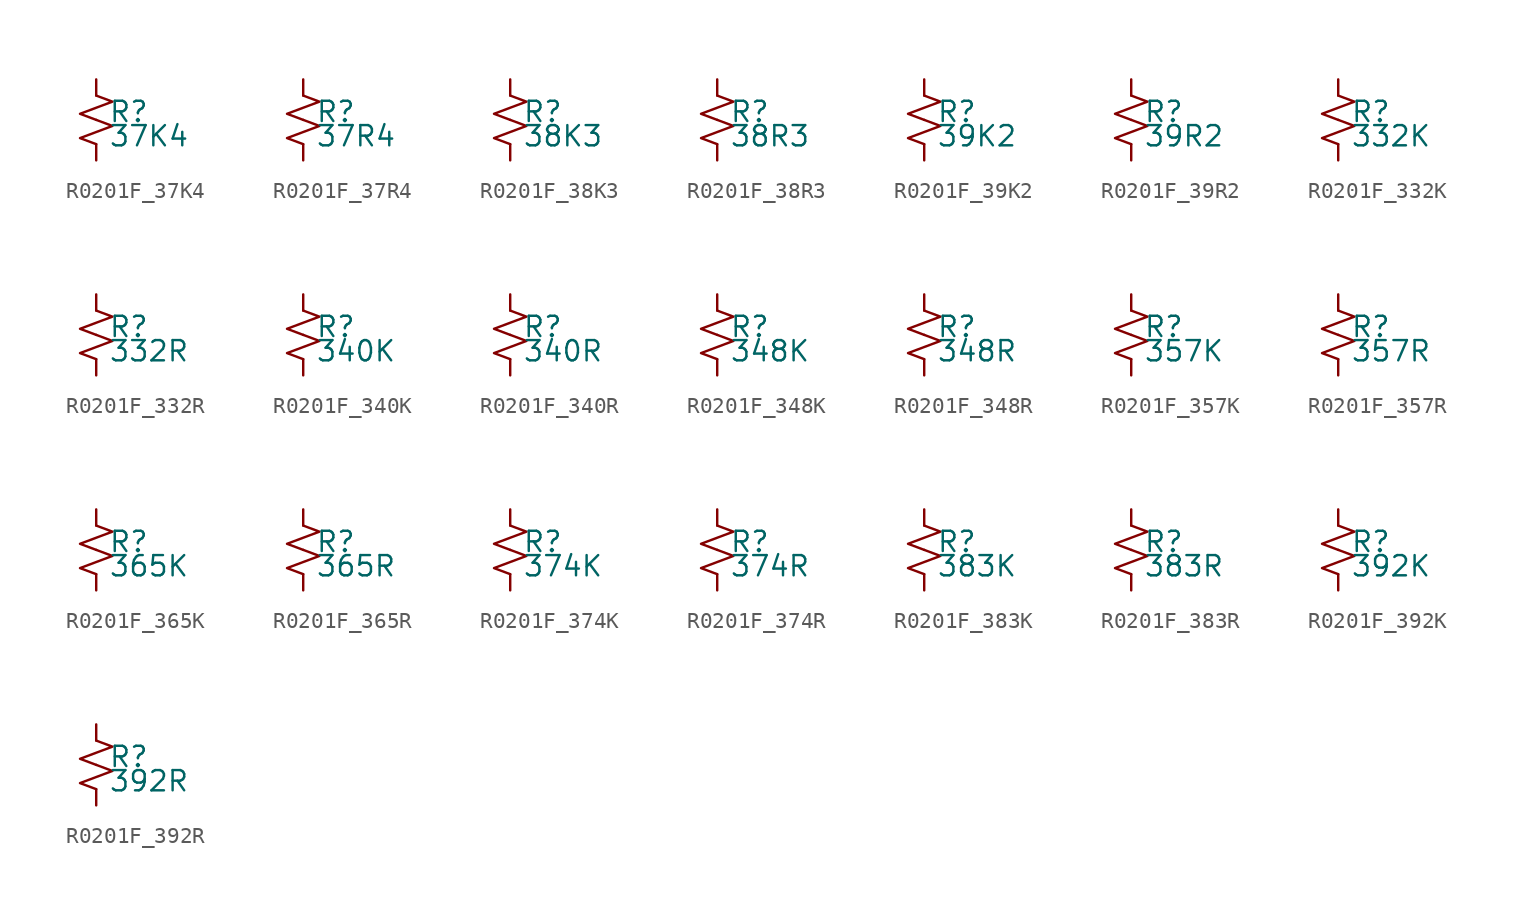
<source format=kicad_sym>
(kicad_symbol_lib
  (version 20220914)
  (generator kicad_symbol_editor)
  (symbol "R0201F_37K4"
    (pin_numbers hide)
    (pin_names
      (offset 0.254) hide)
    (property "Reference" "R"
      (at 0.762 0.508 0)
      (effects (font (size 1.27 1.27)) (justify left)))
    (property "Value" "37K4"
      (at 0.762 -1.016 0)
      (effects (font (size 1.27 1.27)) (justify left)))
    (symbol "R0201F_37K4_1_1"
      (polyline (pts (xy 0 0) (xy 1.016 -0.381) (xy 0 -0.762) (xy -1.016 -1.143) (xy 0 -1.524)) (stroke (width 0) (type default)) (fill (type none)))
      (polyline (pts (xy 0 1.524) (xy 1.016 1.143) (xy 0 0.762) (xy -1.016 0.381) (xy 0 0)) (stroke (width 0) (type default)) (fill (type none)))
      (pin passive line (at 0 2.54 270) (length 1.016) (name "~" (effects (font (size 1.27 1.27)))) (number "1" (effects (font (size 1.27 1.27)))))
      (pin passive line (at 0 -2.54 90) (length 1.016) (name "~" (effects (font (size 1.27 1.27)))) (number "2" (effects (font (size 1.27 1.27)))))))
  (symbol "R0201F_37R4"
    (pin_numbers hide)
    (pin_names
      (offset 0.254) hide)
    (property "Reference" "R"
      (at 0.762 0.508 0)
      (effects (font (size 1.27 1.27)) (justify left)))
    (property "Value" "37R4"
      (at 0.762 -1.016 0)
      (effects (font (size 1.27 1.27)) (justify left)))
    (symbol "R0201F_37R4_1_1"
      (polyline (pts (xy 0 0) (xy 1.016 -0.381) (xy 0 -0.762) (xy -1.016 -1.143) (xy 0 -1.524)) (stroke (width 0) (type default)) (fill (type none)))
      (polyline (pts (xy 0 1.524) (xy 1.016 1.143) (xy 0 0.762) (xy -1.016 0.381) (xy 0 0)) (stroke (width 0) (type default)) (fill (type none)))
      (pin passive line (at 0 2.54 270) (length 1.016) (name "~" (effects (font (size 1.27 1.27)))) (number "1" (effects (font (size 1.27 1.27)))))
      (pin passive line (at 0 -2.54 90) (length 1.016) (name "~" (effects (font (size 1.27 1.27)))) (number "2" (effects (font (size 1.27 1.27)))))))
  (symbol "R0201F_38K3"
    (pin_numbers hide)
    (pin_names
      (offset 0.254) hide)
    (property "Reference" "R"
      (at 0.762 0.508 0)
      (effects (font (size 1.27 1.27)) (justify left)))
    (property "Value" "38K3"
      (at 0.762 -1.016 0)
      (effects (font (size 1.27 1.27)) (justify left)))
    (symbol "R0201F_38K3_1_1"
      (polyline (pts (xy 0 0) (xy 1.016 -0.381) (xy 0 -0.762) (xy -1.016 -1.143) (xy 0 -1.524)) (stroke (width 0) (type default)) (fill (type none)))
      (polyline (pts (xy 0 1.524) (xy 1.016 1.143) (xy 0 0.762) (xy -1.016 0.381) (xy 0 0)) (stroke (width 0) (type default)) (fill (type none)))
      (pin passive line (at 0 2.54 270) (length 1.016) (name "~" (effects (font (size 1.27 1.27)))) (number "1" (effects (font (size 1.27 1.27)))))
      (pin passive line (at 0 -2.54 90) (length 1.016) (name "~" (effects (font (size 1.27 1.27)))) (number "2" (effects (font (size 1.27 1.27)))))))
  (symbol "R0201F_38R3"
    (pin_numbers hide)
    (pin_names
      (offset 0.254) hide)
    (property "Reference" "R"
      (at 0.762 0.508 0)
      (effects (font (size 1.27 1.27)) (justify left)))
    (property "Value" "38R3"
      (at 0.762 -1.016 0)
      (effects (font (size 1.27 1.27)) (justify left)))
    (symbol "R0201F_38R3_1_1"
      (polyline (pts (xy 0 0) (xy 1.016 -0.381) (xy 0 -0.762) (xy -1.016 -1.143) (xy 0 -1.524)) (stroke (width 0) (type default)) (fill (type none)))
      (polyline (pts (xy 0 1.524) (xy 1.016 1.143) (xy 0 0.762) (xy -1.016 0.381) (xy 0 0)) (stroke (width 0) (type default)) (fill (type none)))
      (pin passive line (at 0 2.54 270) (length 1.016) (name "~" (effects (font (size 1.27 1.27)))) (number "1" (effects (font (size 1.27 1.27)))))
      (pin passive line (at 0 -2.54 90) (length 1.016) (name "~" (effects (font (size 1.27 1.27)))) (number "2" (effects (font (size 1.27 1.27)))))))
  (symbol "R0201F_39K2"
    (pin_numbers hide)
    (pin_names
      (offset 0.254) hide)
    (property "Reference" "R"
      (at 0.762 0.508 0)
      (effects (font (size 1.27 1.27)) (justify left)))
    (property "Value" "39K2"
      (at 0.762 -1.016 0)
      (effects (font (size 1.27 1.27)) (justify left)))
    (symbol "R0201F_39K2_1_1"
      (polyline (pts (xy 0 0) (xy 1.016 -0.381) (xy 0 -0.762) (xy -1.016 -1.143) (xy 0 -1.524)) (stroke (width 0) (type default)) (fill (type none)))
      (polyline (pts (xy 0 1.524) (xy 1.016 1.143) (xy 0 0.762) (xy -1.016 0.381) (xy 0 0)) (stroke (width 0) (type default)) (fill (type none)))
      (pin passive line (at 0 2.54 270) (length 1.016) (name "~" (effects (font (size 1.27 1.27)))) (number "1" (effects (font (size 1.27 1.27)))))
      (pin passive line (at 0 -2.54 90) (length 1.016) (name "~" (effects (font (size 1.27 1.27)))) (number "2" (effects (font (size 1.27 1.27)))))))
  (symbol "R0201F_39R2"
    (pin_numbers hide)
    (pin_names
      (offset 0.254) hide)
    (property "Reference" "R"
      (at 0.762 0.508 0)
      (effects (font (size 1.27 1.27)) (justify left)))
    (property "Value" "39R2"
      (at 0.762 -1.016 0)
      (effects (font (size 1.27 1.27)) (justify left)))
    (symbol "R0201F_39R2_1_1"
      (polyline (pts (xy 0 0) (xy 1.016 -0.381) (xy 0 -0.762) (xy -1.016 -1.143) (xy 0 -1.524)) (stroke (width 0) (type default)) (fill (type none)))
      (polyline (pts (xy 0 1.524) (xy 1.016 1.143) (xy 0 0.762) (xy -1.016 0.381) (xy 0 0)) (stroke (width 0) (type default)) (fill (type none)))
      (pin passive line (at 0 2.54 270) (length 1.016) (name "~" (effects (font (size 1.27 1.27)))) (number "1" (effects (font (size 1.27 1.27)))))
      (pin passive line (at 0 -2.54 90) (length 1.016) (name "~" (effects (font (size 1.27 1.27)))) (number "2" (effects (font (size 1.27 1.27)))))))
  (symbol "R0201F_332K"
    (pin_numbers hide)
    (pin_names
      (offset 0.254) hide)
    (property "Reference" "R"
      (at 0.762 0.508 0)
      (effects (font (size 1.27 1.27)) (justify left)))
    (property "Value" "332K"
      (at 0.762 -1.016 0)
      (effects (font (size 1.27 1.27)) (justify left)))
    (symbol "R0201F_332K_1_1"
      (polyline (pts (xy 0 0) (xy 1.016 -0.381) (xy 0 -0.762) (xy -1.016 -1.143) (xy 0 -1.524)) (stroke (width 0) (type default)) (fill (type none)))
      (polyline (pts (xy 0 1.524) (xy 1.016 1.143) (xy 0 0.762) (xy -1.016 0.381) (xy 0 0)) (stroke (width 0) (type default)) (fill (type none)))
      (pin passive line (at 0 2.54 270) (length 1.016) (name "~" (effects (font (size 1.27 1.27)))) (number "1" (effects (font (size 1.27 1.27)))))
      (pin passive line (at 0 -2.54 90) (length 1.016) (name "~" (effects (font (size 1.27 1.27)))) (number "2" (effects (font (size 1.27 1.27)))))))
  (symbol "R0201F_332R"
    (pin_numbers hide)
    (pin_names
      (offset 0.254) hide)
    (property "Reference" "R"
      (at 0.762 0.508 0)
      (effects (font (size 1.27 1.27)) (justify left)))
    (property "Value" "332R"
      (at 0.762 -1.016 0)
      (effects (font (size 1.27 1.27)) (justify left)))
    (symbol "R0201F_332R_1_1"
      (polyline (pts (xy 0 0) (xy 1.016 -0.381) (xy 0 -0.762) (xy -1.016 -1.143) (xy 0 -1.524)) (stroke (width 0) (type default)) (fill (type none)))
      (polyline (pts (xy 0 1.524) (xy 1.016 1.143) (xy 0 0.762) (xy -1.016 0.381) (xy 0 0)) (stroke (width 0) (type default)) (fill (type none)))
      (pin passive line (at 0 2.54 270) (length 1.016) (name "~" (effects (font (size 1.27 1.27)))) (number "1" (effects (font (size 1.27 1.27)))))
      (pin passive line (at 0 -2.54 90) (length 1.016) (name "~" (effects (font (size 1.27 1.27)))) (number "2" (effects (font (size 1.27 1.27)))))))
  (symbol "R0201F_340K"
    (pin_numbers hide)
    (pin_names
      (offset 0.254) hide)
    (property "Reference" "R"
      (at 0.762 0.508 0)
      (effects (font (size 1.27 1.27)) (justify left)))
    (property "Value" "340K"
      (at 0.762 -1.016 0)
      (effects (font (size 1.27 1.27)) (justify left)))
    (symbol "R0201F_340K_1_1"
      (polyline (pts (xy 0 0) (xy 1.016 -0.381) (xy 0 -0.762) (xy -1.016 -1.143) (xy 0 -1.524)) (stroke (width 0) (type default)) (fill (type none)))
      (polyline (pts (xy 0 1.524) (xy 1.016 1.143) (xy 0 0.762) (xy -1.016 0.381) (xy 0 0)) (stroke (width 0) (type default)) (fill (type none)))
      (pin passive line (at 0 2.54 270) (length 1.016) (name "~" (effects (font (size 1.27 1.27)))) (number "1" (effects (font (size 1.27 1.27)))))
      (pin passive line (at 0 -2.54 90) (length 1.016) (name "~" (effects (font (size 1.27 1.27)))) (number "2" (effects (font (size 1.27 1.27)))))))
  (symbol "R0201F_340R"
    (pin_numbers hide)
    (pin_names
      (offset 0.254) hide)
    (property "Reference" "R"
      (at 0.762 0.508 0)
      (effects (font (size 1.27 1.27)) (justify left)))
    (property "Value" "340R"
      (at 0.762 -1.016 0)
      (effects (font (size 1.27 1.27)) (justify left)))
    (symbol "R0201F_340R_1_1"
      (polyline (pts (xy 0 0) (xy 1.016 -0.381) (xy 0 -0.762) (xy -1.016 -1.143) (xy 0 -1.524)) (stroke (width 0) (type default)) (fill (type none)))
      (polyline (pts (xy 0 1.524) (xy 1.016 1.143) (xy 0 0.762) (xy -1.016 0.381) (xy 0 0)) (stroke (width 0) (type default)) (fill (type none)))
      (pin passive line (at 0 2.54 270) (length 1.016) (name "~" (effects (font (size 1.27 1.27)))) (number "1" (effects (font (size 1.27 1.27)))))
      (pin passive line (at 0 -2.54 90) (length 1.016) (name "~" (effects (font (size 1.27 1.27)))) (number "2" (effects (font (size 1.27 1.27)))))))
  (symbol "R0201F_348K"
    (pin_numbers hide)
    (pin_names
      (offset 0.254) hide)
    (property "Reference" "R"
      (at 0.762 0.508 0)
      (effects (font (size 1.27 1.27)) (justify left)))
    (property "Value" "348K"
      (at 0.762 -1.016 0)
      (effects (font (size 1.27 1.27)) (justify left)))
    (symbol "R0201F_348K_1_1"
      (polyline (pts (xy 0 0) (xy 1.016 -0.381) (xy 0 -0.762) (xy -1.016 -1.143) (xy 0 -1.524)) (stroke (width 0) (type default)) (fill (type none)))
      (polyline (pts (xy 0 1.524) (xy 1.016 1.143) (xy 0 0.762) (xy -1.016 0.381) (xy 0 0)) (stroke (width 0) (type default)) (fill (type none)))
      (pin passive line (at 0 2.54 270) (length 1.016) (name "~" (effects (font (size 1.27 1.27)))) (number "1" (effects (font (size 1.27 1.27)))))
      (pin passive line (at 0 -2.54 90) (length 1.016) (name "~" (effects (font (size 1.27 1.27)))) (number "2" (effects (font (size 1.27 1.27)))))))
  (symbol "R0201F_348R"
    (pin_numbers hide)
    (pin_names
      (offset 0.254) hide)
    (property "Reference" "R"
      (at 0.762 0.508 0)
      (effects (font (size 1.27 1.27)) (justify left)))
    (property "Value" "348R"
      (at 0.762 -1.016 0)
      (effects (font (size 1.27 1.27)) (justify left)))
    (symbol "R0201F_348R_1_1"
      (polyline (pts (xy 0 0) (xy 1.016 -0.381) (xy 0 -0.762) (xy -1.016 -1.143) (xy 0 -1.524)) (stroke (width 0) (type default)) (fill (type none)))
      (polyline (pts (xy 0 1.524) (xy 1.016 1.143) (xy 0 0.762) (xy -1.016 0.381) (xy 0 0)) (stroke (width 0) (type default)) (fill (type none)))
      (pin passive line (at 0 2.54 270) (length 1.016) (name "~" (effects (font (size 1.27 1.27)))) (number "1" (effects (font (size 1.27 1.27)))))
      (pin passive line (at 0 -2.54 90) (length 1.016) (name "~" (effects (font (size 1.27 1.27)))) (number "2" (effects (font (size 1.27 1.27)))))))
  (symbol "R0201F_357K"
    (pin_numbers hide)
    (pin_names
      (offset 0.254) hide)
    (property "Reference" "R"
      (at 0.762 0.508 0)
      (effects (font (size 1.27 1.27)) (justify left)))
    (property "Value" "357K"
      (at 0.762 -1.016 0)
      (effects (font (size 1.27 1.27)) (justify left)))
    (symbol "R0201F_357K_1_1"
      (polyline (pts (xy 0 0) (xy 1.016 -0.381) (xy 0 -0.762) (xy -1.016 -1.143) (xy 0 -1.524)) (stroke (width 0) (type default)) (fill (type none)))
      (polyline (pts (xy 0 1.524) (xy 1.016 1.143) (xy 0 0.762) (xy -1.016 0.381) (xy 0 0)) (stroke (width 0) (type default)) (fill (type none)))
      (pin passive line (at 0 2.54 270) (length 1.016) (name "~" (effects (font (size 1.27 1.27)))) (number "1" (effects (font (size 1.27 1.27)))))
      (pin passive line (at 0 -2.54 90) (length 1.016) (name "~" (effects (font (size 1.27 1.27)))) (number "2" (effects (font (size 1.27 1.27)))))))
  (symbol "R0201F_357R"
    (pin_numbers hide)
    (pin_names
      (offset 0.254) hide)
    (property "Reference" "R"
      (at 0.762 0.508 0)
      (effects (font (size 1.27 1.27)) (justify left)))
    (property "Value" "357R"
      (at 0.762 -1.016 0)
      (effects (font (size 1.27 1.27)) (justify left)))
    (symbol "R0201F_357R_1_1"
      (polyline (pts (xy 0 0) (xy 1.016 -0.381) (xy 0 -0.762) (xy -1.016 -1.143) (xy 0 -1.524)) (stroke (width 0) (type default)) (fill (type none)))
      (polyline (pts (xy 0 1.524) (xy 1.016 1.143) (xy 0 0.762) (xy -1.016 0.381) (xy 0 0)) (stroke (width 0) (type default)) (fill (type none)))
      (pin passive line (at 0 2.54 270) (length 1.016) (name "~" (effects (font (size 1.27 1.27)))) (number "1" (effects (font (size 1.27 1.27)))))
      (pin passive line (at 0 -2.54 90) (length 1.016) (name "~" (effects (font (size 1.27 1.27)))) (number "2" (effects (font (size 1.27 1.27)))))))
  (symbol "R0201F_365K"
    (pin_numbers hide)
    (pin_names
      (offset 0.254) hide)
    (property "Reference" "R"
      (at 0.762 0.508 0)
      (effects (font (size 1.27 1.27)) (justify left)))
    (property "Value" "365K"
      (at 0.762 -1.016 0)
      (effects (font (size 1.27 1.27)) (justify left)))
    (symbol "R0201F_365K_1_1"
      (polyline (pts (xy 0 0) (xy 1.016 -0.381) (xy 0 -0.762) (xy -1.016 -1.143) (xy 0 -1.524)) (stroke (width 0) (type default)) (fill (type none)))
      (polyline (pts (xy 0 1.524) (xy 1.016 1.143) (xy 0 0.762) (xy -1.016 0.381) (xy 0 0)) (stroke (width 0) (type default)) (fill (type none)))
      (pin passive line (at 0 2.54 270) (length 1.016) (name "~" (effects (font (size 1.27 1.27)))) (number "1" (effects (font (size 1.27 1.27)))))
      (pin passive line (at 0 -2.54 90) (length 1.016) (name "~" (effects (font (size 1.27 1.27)))) (number "2" (effects (font (size 1.27 1.27)))))))
  (symbol "R0201F_365R"
    (pin_numbers hide)
    (pin_names
      (offset 0.254) hide)
    (property "Reference" "R"
      (at 0.762 0.508 0)
      (effects (font (size 1.27 1.27)) (justify left)))
    (property "Value" "365R"
      (at 0.762 -1.016 0)
      (effects (font (size 1.27 1.27)) (justify left)))
    (symbol "R0201F_365R_1_1"
      (polyline (pts (xy 0 0) (xy 1.016 -0.381) (xy 0 -0.762) (xy -1.016 -1.143) (xy 0 -1.524)) (stroke (width 0) (type default)) (fill (type none)))
      (polyline (pts (xy 0 1.524) (xy 1.016 1.143) (xy 0 0.762) (xy -1.016 0.381) (xy 0 0)) (stroke (width 0) (type default)) (fill (type none)))
      (pin passive line (at 0 2.54 270) (length 1.016) (name "~" (effects (font (size 1.27 1.27)))) (number "1" (effects (font (size 1.27 1.27)))))
      (pin passive line (at 0 -2.54 90) (length 1.016) (name "~" (effects (font (size 1.27 1.27)))) (number "2" (effects (font (size 1.27 1.27)))))))
  (symbol "R0201F_374K"
    (pin_numbers hide)
    (pin_names
      (offset 0.254) hide)
    (property "Reference" "R"
      (at 0.762 0.508 0)
      (effects (font (size 1.27 1.27)) (justify left)))
    (property "Value" "374K"
      (at 0.762 -1.016 0)
      (effects (font (size 1.27 1.27)) (justify left)))
    (symbol "R0201F_374K_1_1"
      (polyline (pts (xy 0 0) (xy 1.016 -0.381) (xy 0 -0.762) (xy -1.016 -1.143) (xy 0 -1.524)) (stroke (width 0) (type default)) (fill (type none)))
      (polyline (pts (xy 0 1.524) (xy 1.016 1.143) (xy 0 0.762) (xy -1.016 0.381) (xy 0 0)) (stroke (width 0) (type default)) (fill (type none)))
      (pin passive line (at 0 2.54 270) (length 1.016) (name "~" (effects (font (size 1.27 1.27)))) (number "1" (effects (font (size 1.27 1.27)))))
      (pin passive line (at 0 -2.54 90) (length 1.016) (name "~" (effects (font (size 1.27 1.27)))) (number "2" (effects (font (size 1.27 1.27)))))))
  (symbol "R0201F_374R"
    (pin_numbers hide)
    (pin_names
      (offset 0.254) hide)
    (property "Reference" "R"
      (at 0.762 0.508 0)
      (effects (font (size 1.27 1.27)) (justify left)))
    (property "Value" "374R"
      (at 0.762 -1.016 0)
      (effects (font (size 1.27 1.27)) (justify left)))
    (symbol "R0201F_374R_1_1"
      (polyline (pts (xy 0 0) (xy 1.016 -0.381) (xy 0 -0.762) (xy -1.016 -1.143) (xy 0 -1.524)) (stroke (width 0) (type default)) (fill (type none)))
      (polyline (pts (xy 0 1.524) (xy 1.016 1.143) (xy 0 0.762) (xy -1.016 0.381) (xy 0 0)) (stroke (width 0) (type default)) (fill (type none)))
      (pin passive line (at 0 2.54 270) (length 1.016) (name "~" (effects (font (size 1.27 1.27)))) (number "1" (effects (font (size 1.27 1.27)))))
      (pin passive line (at 0 -2.54 90) (length 1.016) (name "~" (effects (font (size 1.27 1.27)))) (number "2" (effects (font (size 1.27 1.27)))))))
  (symbol "R0201F_383K"
    (pin_numbers hide)
    (pin_names
      (offset 0.254) hide)
    (property "Reference" "R"
      (at 0.762 0.508 0)
      (effects (font (size 1.27 1.27)) (justify left)))
    (property "Value" "383K"
      (at 0.762 -1.016 0)
      (effects (font (size 1.27 1.27)) (justify left)))
    (symbol "R0201F_383K_1_1"
      (polyline (pts (xy 0 0) (xy 1.016 -0.381) (xy 0 -0.762) (xy -1.016 -1.143) (xy 0 -1.524)) (stroke (width 0) (type default)) (fill (type none)))
      (polyline (pts (xy 0 1.524) (xy 1.016 1.143) (xy 0 0.762) (xy -1.016 0.381) (xy 0 0)) (stroke (width 0) (type default)) (fill (type none)))
      (pin passive line (at 0 2.54 270) (length 1.016) (name "~" (effects (font (size 1.27 1.27)))) (number "1" (effects (font (size 1.27 1.27)))))
      (pin passive line (at 0 -2.54 90) (length 1.016) (name "~" (effects (font (size 1.27 1.27)))) (number "2" (effects (font (size 1.27 1.27)))))))
  (symbol "R0201F_383R"
    (pin_numbers hide)
    (pin_names
      (offset 0.254) hide)
    (property "Reference" "R"
      (at 0.762 0.508 0)
      (effects (font (size 1.27 1.27)) (justify left)))
    (property "Value" "383R"
      (at 0.762 -1.016 0)
      (effects (font (size 1.27 1.27)) (justify left)))
    (symbol "R0201F_383R_1_1"
      (polyline (pts (xy 0 0) (xy 1.016 -0.381) (xy 0 -0.762) (xy -1.016 -1.143) (xy 0 -1.524)) (stroke (width 0) (type default)) (fill (type none)))
      (polyline (pts (xy 0 1.524) (xy 1.016 1.143) (xy 0 0.762) (xy -1.016 0.381) (xy 0 0)) (stroke (width 0) (type default)) (fill (type none)))
      (pin passive line (at 0 2.54 270) (length 1.016) (name "~" (effects (font (size 1.27 1.27)))) (number "1" (effects (font (size 1.27 1.27)))))
      (pin passive line (at 0 -2.54 90) (length 1.016) (name "~" (effects (font (size 1.27 1.27)))) (number "2" (effects (font (size 1.27 1.27)))))))
  (symbol "R0201F_392K"
    (pin_numbers hide)
    (pin_names
      (offset 0.254) hide)
    (property "Reference" "R"
      (at 0.762 0.508 0)
      (effects (font (size 1.27 1.27)) (justify left)))
    (property "Value" "392K"
      (at 0.762 -1.016 0)
      (effects (font (size 1.27 1.27)) (justify left)))
    (symbol "R0201F_392K_1_1"
      (polyline (pts (xy 0 0) (xy 1.016 -0.381) (xy 0 -0.762) (xy -1.016 -1.143) (xy 0 -1.524)) (stroke (width 0) (type default)) (fill (type none)))
      (polyline (pts (xy 0 1.524) (xy 1.016 1.143) (xy 0 0.762) (xy -1.016 0.381) (xy 0 0)) (stroke (width 0) (type default)) (fill (type none)))
      (pin passive line (at 0 2.54 270) (length 1.016) (name "~" (effects (font (size 1.27 1.27)))) (number "1" (effects (font (size 1.27 1.27)))))
      (pin passive line (at 0 -2.54 90) (length 1.016) (name "~" (effects (font (size 1.27 1.27)))) (number "2" (effects (font (size 1.27 1.27)))))))
  (symbol "R0201F_392R"
    (pin_numbers hide)
    (pin_names
      (offset 0.254) hide)
    (property "Reference" "R"
      (at 0.762 0.508 0)
      (effects (font (size 1.27 1.27)) (justify left)))
    (property "Value" "392R"
      (at 0.762 -1.016 0)
      (effects (font (size 1.27 1.27)) (justify left)))
    (symbol "R0201F_392R_1_1"
      (polyline (pts (xy 0 0) (xy 1.016 -0.381) (xy 0 -0.762) (xy -1.016 -1.143) (xy 0 -1.524)) (stroke (width 0) (type default)) (fill (type none)))
      (polyline (pts (xy 0 1.524) (xy 1.016 1.143) (xy 0 0.762) (xy -1.016 0.381) (xy 0 0)) (stroke (width 0) (type default)) (fill (type none)))
      (pin passive line (at 0 2.54 270) (length 1.016) (name "~" (effects (font (size 1.27 1.27)))) (number "1" (effects (font (size 1.27 1.27)))))
      (pin passive line (at 0 -2.54 90) (length 1.016) (name "~" (effects (font (size 1.27 1.27)))) (number "2" (effects (font (size 1.27 1.27))))))))
</source>
